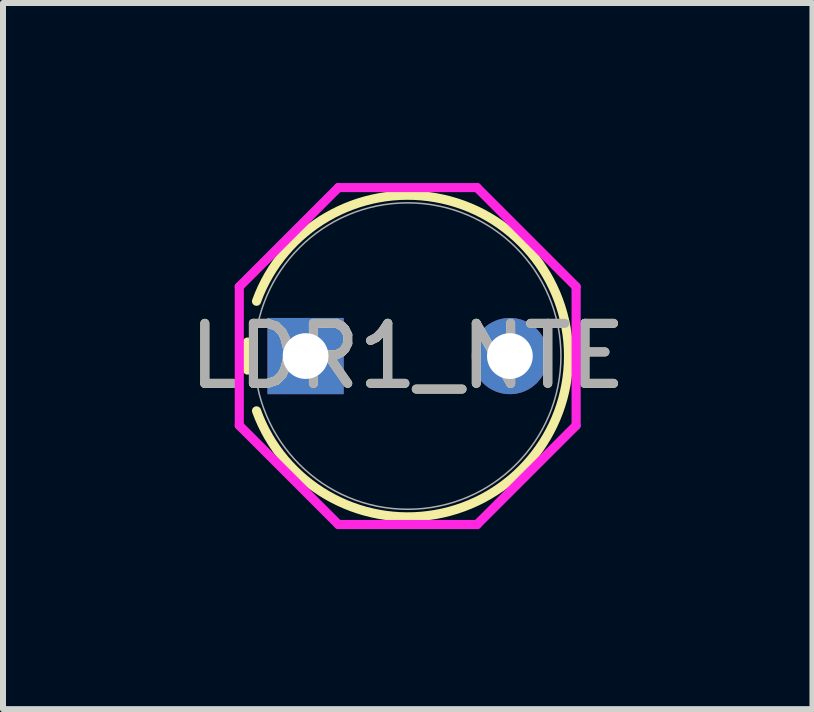
<source format=kicad_pcb>
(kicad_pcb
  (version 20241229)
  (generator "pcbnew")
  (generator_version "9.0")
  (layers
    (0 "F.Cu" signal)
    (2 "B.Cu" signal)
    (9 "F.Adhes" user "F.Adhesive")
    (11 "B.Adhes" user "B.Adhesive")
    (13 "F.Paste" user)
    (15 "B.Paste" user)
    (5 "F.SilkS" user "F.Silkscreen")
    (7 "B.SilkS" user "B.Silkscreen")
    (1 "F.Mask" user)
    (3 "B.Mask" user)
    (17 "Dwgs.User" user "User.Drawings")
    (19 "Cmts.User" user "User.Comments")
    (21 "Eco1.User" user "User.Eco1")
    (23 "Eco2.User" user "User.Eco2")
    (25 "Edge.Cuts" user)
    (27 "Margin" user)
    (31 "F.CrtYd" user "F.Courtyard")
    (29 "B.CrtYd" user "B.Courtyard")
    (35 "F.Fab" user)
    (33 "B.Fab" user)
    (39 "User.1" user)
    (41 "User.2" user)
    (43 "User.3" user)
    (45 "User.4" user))
  (footprint "LDR1_NTE"
    (layer "F.Cu")
    (at 2.042 2.883)
    (property "Reference" "LDR1_NTE" (at 1.702 0 0) (unlocked yes) (layer "F.SilkS") (effects (font (size 1 1) (thickness 0.15))))
    (attr through_hole)
    (fp_arc (start -0.96774 0.233127) (mid -0.9779 0) (end -0.96774 -0.233128) (stroke (width 0.1524) (type solid)) (layer "F.SilkS"))
    (fp_arc (start -0.817484 -0.913237) (mid 2.165409 -2.639291) (end 4.3815 0) (stroke (width 0.1524) (type solid)) (layer "F.SilkS"))
    (fp_arc (start 4.3815 0) (mid 2.165409 2.639291) (end -0.817484 0.913237) (stroke (width 0.1524) (type solid)) (layer "F.SilkS"))
    (fp_line (start -1.105 -1.156) (end 0.546 -2.807) (stroke (width 0.152) (type solid)) (layer "F.CrtYd"))
    (fp_line (start -1.105 1.156) (end -1.105 -1.156) (stroke (width 0.152) (type solid)) (layer "F.CrtYd"))
    (fp_line (start 0.546 -2.807) (end 2.857 -2.807) (stroke (width 0.152) (type solid)) (layer "F.CrtYd"))
    (fp_line (start 0.546 2.807) (end -1.105 1.156) (stroke (width 0.152) (type solid)) (layer "F.CrtYd"))
    (fp_line (start 2.857 -2.807) (end 4.508 -1.156) (stroke (width 0.152) (type solid)) (layer "F.CrtYd"))
    (fp_line (start 2.857 2.807) (end 0.546 2.807) (stroke (width 0.152) (type solid)) (layer "F.CrtYd"))
    (fp_line (start 4.508 -1.156) (end 4.508 1.156) (stroke (width 0.152) (type solid)) (layer "F.CrtYd"))
    (fp_line (start 4.508 1.156) (end 2.857 2.807) (stroke (width 0.152) (type solid)) (layer "F.CrtYd"))
    (fp_circle (center 1.702 0) (end 4.255 0) (stroke (width 0.025) (type solid)) (fill no) (layer "F.Fab"))
    (fp_text user "${REFERENCE}" (at 1.702 0 0) (unlocked yes) (layer "F.Fab") (effects (font (size 1 1) (thickness 0.15))))
    (pad "1" thru_hole rect (at 0 0) (size 1.27 1.27) (drill 0.762) (layers "*.Cu" "*.Mask"))
    (pad "2" thru_hole circle (at 3.404 0) (size 1.27 1.27) (drill 0.762) (layers "*.Cu" "*.Mask")))
  (gr_rect
    (start -3 -3)
    (end 10.488 8.766)
    (stroke (width 0.1) (type default))
    (fill no)
    (layer "Edge.Cuts")))
</source>
